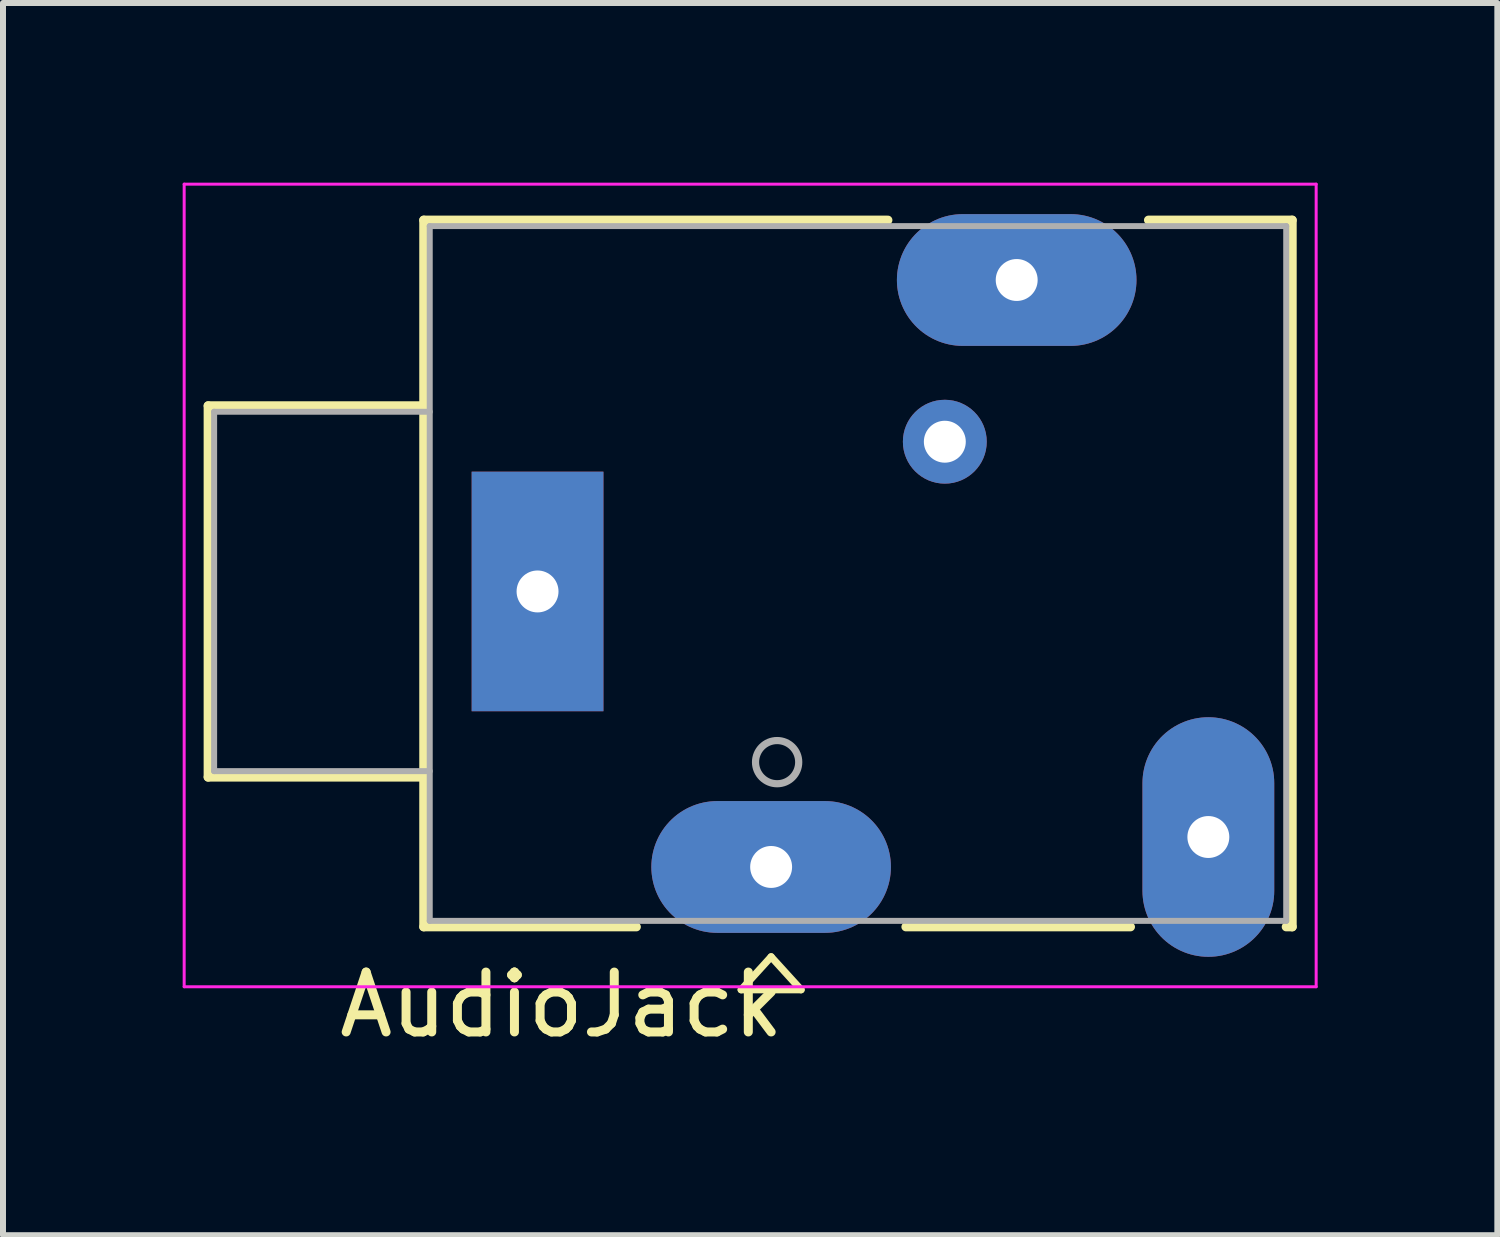
<source format=kicad_pcb>
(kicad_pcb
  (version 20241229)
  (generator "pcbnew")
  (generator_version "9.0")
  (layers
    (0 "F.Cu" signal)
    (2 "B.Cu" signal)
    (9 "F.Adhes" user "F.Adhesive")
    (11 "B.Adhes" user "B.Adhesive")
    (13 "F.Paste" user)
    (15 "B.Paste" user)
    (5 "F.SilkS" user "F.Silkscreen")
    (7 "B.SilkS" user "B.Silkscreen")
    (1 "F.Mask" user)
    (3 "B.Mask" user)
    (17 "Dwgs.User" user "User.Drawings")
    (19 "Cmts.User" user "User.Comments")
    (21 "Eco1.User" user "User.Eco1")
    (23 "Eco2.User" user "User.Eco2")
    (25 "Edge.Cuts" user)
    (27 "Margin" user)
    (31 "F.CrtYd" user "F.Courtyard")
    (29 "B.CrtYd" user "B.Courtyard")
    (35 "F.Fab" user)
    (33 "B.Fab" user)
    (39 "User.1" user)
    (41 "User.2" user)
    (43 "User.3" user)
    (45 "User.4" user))
  (footprint "AudioJack"
    (layer "F.Cu")
    (at 9.825 11.425)
    (property "Reference" "AudioJack" (at -3.5 2.3 0) (layer "F.SilkS") (effects (font (size 1 1) (thickness 0.15))))
    (attr through_hole)
    (fp_line (start -9.4 -7.7) (end -9.4 -1.5) (stroke (width 0.15) (type solid)) (layer "F.SilkS"))
    (fp_line (start -9.4 -1.5) (end -5.8 -1.5) (stroke (width 0.15) (type solid)) (layer "F.SilkS"))
    (fp_line (start -5.8 -10.8) (end 1.95 -10.8) (stroke (width 0.15) (type solid)) (layer "F.SilkS"))
    (fp_line (start -5.8 -7.7) (end -9.4 -7.7) (stroke (width 0.15) (type solid)) (layer "F.SilkS"))
    (fp_line (start -5.8 1) (end -5.8 -10.8) (stroke (width 0.15) (type solid)) (layer "F.SilkS"))
    (fp_line (start -2.25 1) (end -5.8 1) (stroke (width 0.15) (type solid)) (layer "F.SilkS"))
    (fp_line (start -0.5 2.05) (end 0.5 2.05) (stroke (width 0.12) (type solid)) (layer "F.SilkS"))
    (fp_line (start 0 1.5) (end -0.5 2.05) (stroke (width 0.12) (type solid)) (layer "F.SilkS"))
    (fp_line (start 0.5 2.05) (end 0 1.5) (stroke (width 0.12) (type solid)) (layer "F.SilkS"))
    (fp_line (start 6 1) (end 2.25 1) (stroke (width 0.15) (type solid)) (layer "F.SilkS"))
    (fp_line (start 6.3 -10.8) (end 8.7 -10.8) (stroke (width 0.15) (type solid)) (layer "F.SilkS"))
    (fp_line (start 8.7 -10.8) (end 8.7 1) (stroke (width 0.15) (type solid)) (layer "F.SilkS"))
    (fp_line (start 8.7 1) (end 8.6 1) (stroke (width 0.15) (type solid)) (layer "F.SilkS"))
    (fp_line (start -9.8 -11.4) (end -9.8 2) (stroke (width 0.05) (type solid)) (layer "F.CrtYd"))
    (fp_line (start -9.8 2) (end 9.1 2) (stroke (width 0.05) (type solid)) (layer "F.CrtYd"))
    (fp_line (start 9.1 -11.4) (end -9.8 -11.4) (stroke (width 0.05) (type solid)) (layer "F.CrtYd"))
    (fp_line (start 9.1 2) (end 9.1 -11.4) (stroke (width 0.05) (type solid)) (layer "F.CrtYd"))
    (fp_line (start -9.3 -7.6) (end -9.3 -1.6) (stroke (width 0.1) (type solid)) (layer "F.Fab"))
    (fp_line (start -9.3 -7.6) (end -5.7 -7.6) (stroke (width 0.1) (type solid)) (layer "F.Fab"))
    (fp_line (start -9.3 -1.6) (end -5.7 -1.6) (stroke (width 0.1) (type solid)) (layer "F.Fab"))
    (fp_line (start -5.7 -10.7) (end -5.7 0.9) (stroke (width 0.1) (type solid)) (layer "F.Fab"))
    (fp_line (start -5.7 0.9) (end 8.6 0.9) (stroke (width 0.1) (type solid)) (layer "F.Fab"))
    (fp_line (start 8.6 -10.7) (end -5.7 -10.7) (stroke (width 0.1) (type solid)) (layer "F.Fab"))
    (fp_line (start 8.6 0.9) (end 8.6 -10.7) (stroke (width 0.1) (type solid)) (layer "F.Fab"))
    (fp_circle (center 0.1 -1.75) (end 0.4 -1.55) (stroke (width 0.12) (type solid)) (fill no) (layer "F.Fab"))
    (pad "" thru_hole oval (at 2.9 -7.1) (size 1.4 1.4) (drill 0.7) (layers "*.Cu" "*.Mask"))
    (pad "1" thru_hole rect (at -3.9 -4.6) (size 2.2 4) (drill 0.7) (layers "*.Cu" "*.Mask"))
    (pad "2" thru_hole oval (at 4.1 -9.8) (size 4 2.2) (drill 0.7) (layers "*.Cu" "*.Mask"))
    (pad "3" thru_hole oval (at 0 0) (size 4 2.2) (drill 0.7) (layers "*.Cu" "*.Mask"))
    (pad "4" thru_hole oval (at 7.3 -0.5 90) (size 4 2.2) (drill 0.7) (layers "*.Cu" "*.Mask")))
  (gr_rect
    (start -3 -3)
    (end 21.95 17.573)
    (stroke (width 0.1) (type default))
    (fill no)
    (layer "Edge.Cuts")))
</source>
